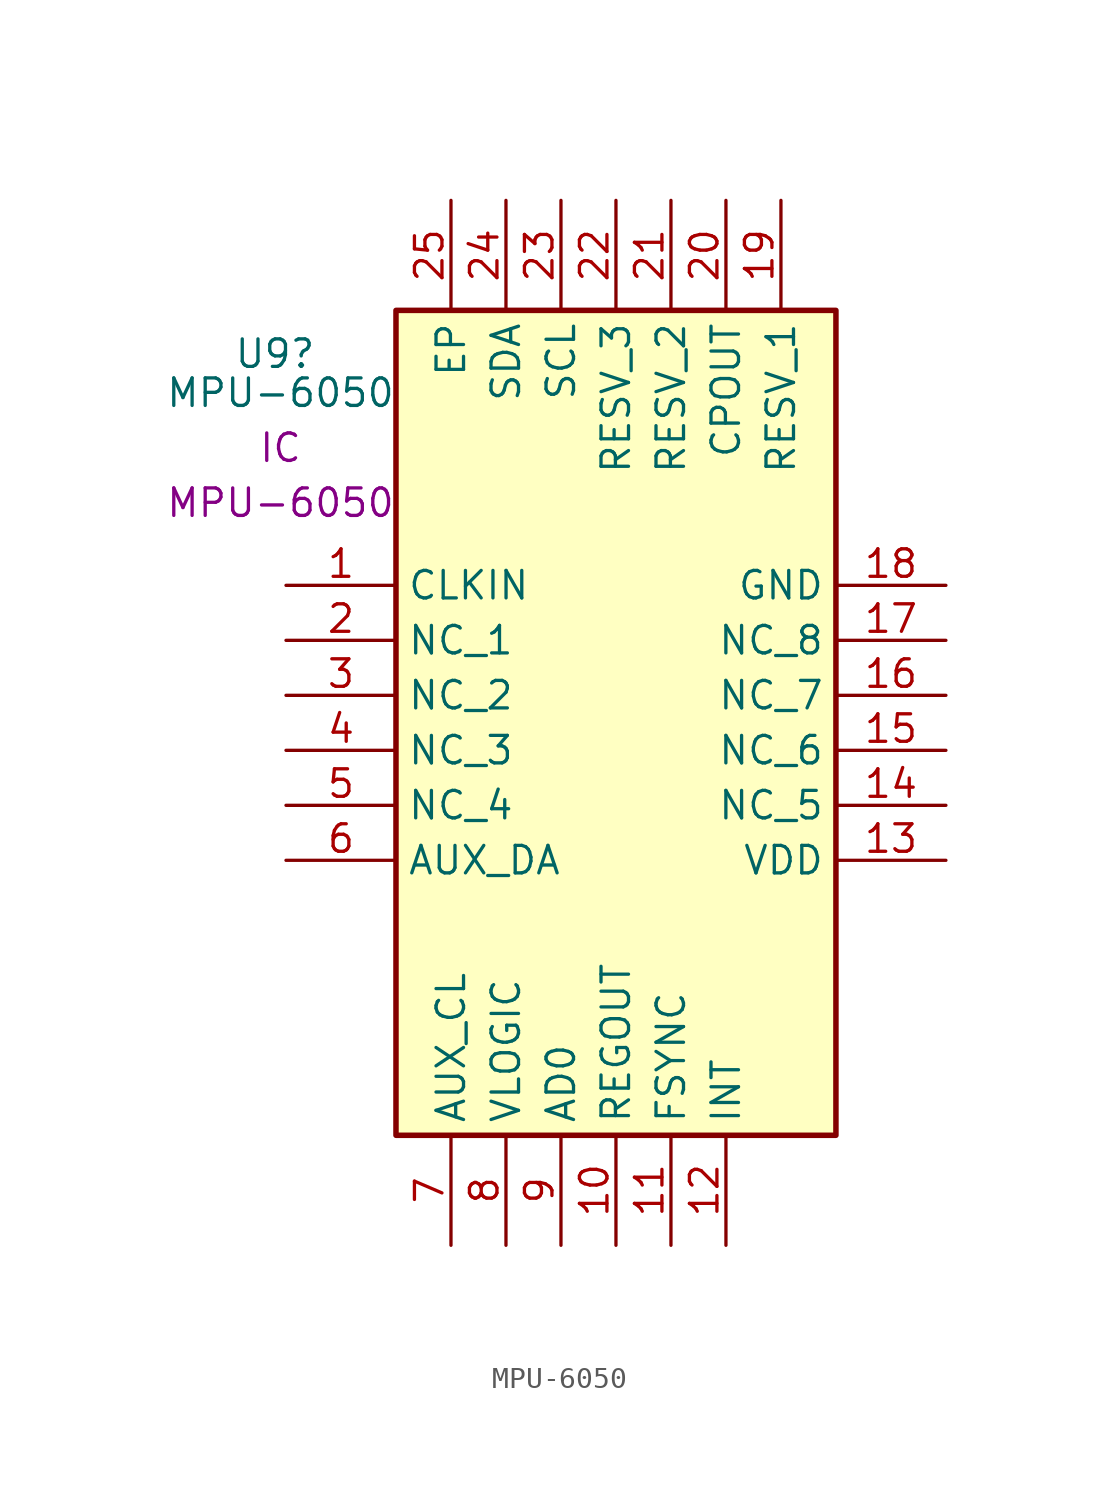
<source format=kicad_sym>
(kicad_symbol_lib
  (version 20241209)
  (generator "kicad_symbol_editor")
  (generator_version "9.0")
  (symbol "MPU-6050"
    (property "Reference" "U9"
      (at -0.508 10.693 0)
      (effects (font (size 1.27 1.27))))
    (property "Value" "MPU-6050"
      (at -0.254 8.89 0)
      (effects (font (size 1.27 1.27))))
    (property "Reference_1" "IC"
      (at -0.254 6.35 0)
      (effects (font (size 1.27 1.27))))
    (property "Value_1" "MPU-6050"
      (at -0.254 3.81 0)
      (effects (font (size 1.27 1.27))))
    (symbol "MPU-6050_1_1"
      (rectangle (start 5.08 12.7) (end 25.4 -25.4) (stroke (width 0.254) (type default)) (fill (type background)))
      (pin passive line (at 0 0 0) (length 5.08) (name "CLKIN" (effects (font (size 1.27 1.27)))) (number "1" (effects (font (size 1.27 1.27)))))
      (pin passive line (at 0 -2.54 0) (length 5.08) (name "NC_1" (effects (font (size 1.27 1.27)))) (number "2" (effects (font (size 1.27 1.27)))))
      (pin passive line (at 0 -5.08 0) (length 5.08) (name "NC_2" (effects (font (size 1.27 1.27)))) (number "3" (effects (font (size 1.27 1.27)))))
      (pin passive line (at 0 -7.62 0) (length 5.08) (name "NC_3" (effects (font (size 1.27 1.27)))) (number "4" (effects (font (size 1.27 1.27)))))
      (pin passive line (at 0 -10.16 0) (length 5.08) (name "NC_4" (effects (font (size 1.27 1.27)))) (number "5" (effects (font (size 1.27 1.27)))))
      (pin passive line (at 0 -12.7 0) (length 5.08) (name "AUX_DA" (effects (font (size 1.27 1.27)))) (number "6" (effects (font (size 1.27 1.27)))))
      (pin passive line (at 7.62 17.78 270) (length 5.08) (name "EP" (effects (font (size 1.27 1.27)))) (number "25" (effects (font (size 1.27 1.27)))))
      (pin passive line (at 7.62 -30.48 90) (length 5.08) (name "AUX_CL" (effects (font (size 1.27 1.27)))) (number "7" (effects (font (size 1.27 1.27)))))
      (pin passive line (at 10.16 17.78 270) (length 5.08) (name "SDA" (effects (font (size 1.27 1.27)))) (number "24" (effects (font (size 1.27 1.27)))))
      (pin passive line (at 10.16 -30.48 90) (length 5.08) (name "VLOGIC" (effects (font (size 1.27 1.27)))) (number "8" (effects (font (size 1.27 1.27)))))
      (pin passive line (at 12.7 17.78 270) (length 5.08) (name "SCL" (effects (font (size 1.27 1.27)))) (number "23" (effects (font (size 1.27 1.27)))))
      (pin passive line (at 12.7 -30.48 90) (length 5.08) (name "AD0" (effects (font (size 1.27 1.27)))) (number "9" (effects (font (size 1.27 1.27)))))
      (pin passive line (at 15.24 17.78 270) (length 5.08) (name "RESV_3" (effects (font (size 1.27 1.27)))) (number "22" (effects (font (size 1.27 1.27)))))
      (pin passive line (at 15.24 -30.48 90) (length 5.08) (name "REGOUT" (effects (font (size 1.27 1.27)))) (number "10" (effects (font (size 1.27 1.27)))))
      (pin passive line (at 17.78 17.78 270) (length 5.08) (name "RESV_2" (effects (font (size 1.27 1.27)))) (number "21" (effects (font (size 1.27 1.27)))))
      (pin passive line (at 17.78 -30.48 90) (length 5.08) (name "FSYNC" (effects (font (size 1.27 1.27)))) (number "11" (effects (font (size 1.27 1.27)))))
      (pin passive line (at 20.32 17.78 270) (length 5.08) (name "CPOUT" (effects (font (size 1.27 1.27)))) (number "20" (effects (font (size 1.27 1.27)))))
      (pin passive line (at 20.32 -30.48 90) (length 5.08) (name "INT" (effects (font (size 1.27 1.27)))) (number "12" (effects (font (size 1.27 1.27)))))
      (pin passive line (at 22.86 17.78 270) (length 5.08) (name "RESV_1" (effects (font (size 1.27 1.27)))) (number "19" (effects (font (size 1.27 1.27)))))
      (pin passive line (at 30.48 0 180) (length 5.08) (name "GND" (effects (font (size 1.27 1.27)))) (number "18" (effects (font (size 1.27 1.27)))))
      (pin passive line (at 30.48 -2.54 180) (length 5.08) (name "NC_8" (effects (font (size 1.27 1.27)))) (number "17" (effects (font (size 1.27 1.27)))))
      (pin passive line (at 30.48 -5.08 180) (length 5.08) (name "NC_7" (effects (font (size 1.27 1.27)))) (number "16" (effects (font (size 1.27 1.27)))))
      (pin passive line (at 30.48 -7.62 180) (length 5.08) (name "NC_6" (effects (font (size 1.27 1.27)))) (number "15" (effects (font (size 1.27 1.27)))))
      (pin passive line (at 30.48 -10.16 180) (length 5.08) (name "NC_5" (effects (font (size 1.27 1.27)))) (number "14" (effects (font (size 1.27 1.27)))))
      (pin passive line (at 30.48 -12.7 180) (length 5.08) (name "VDD" (effects (font (size 1.27 1.27)))) (number "13" (effects (font (size 1.27 1.27))))))))
</source>
